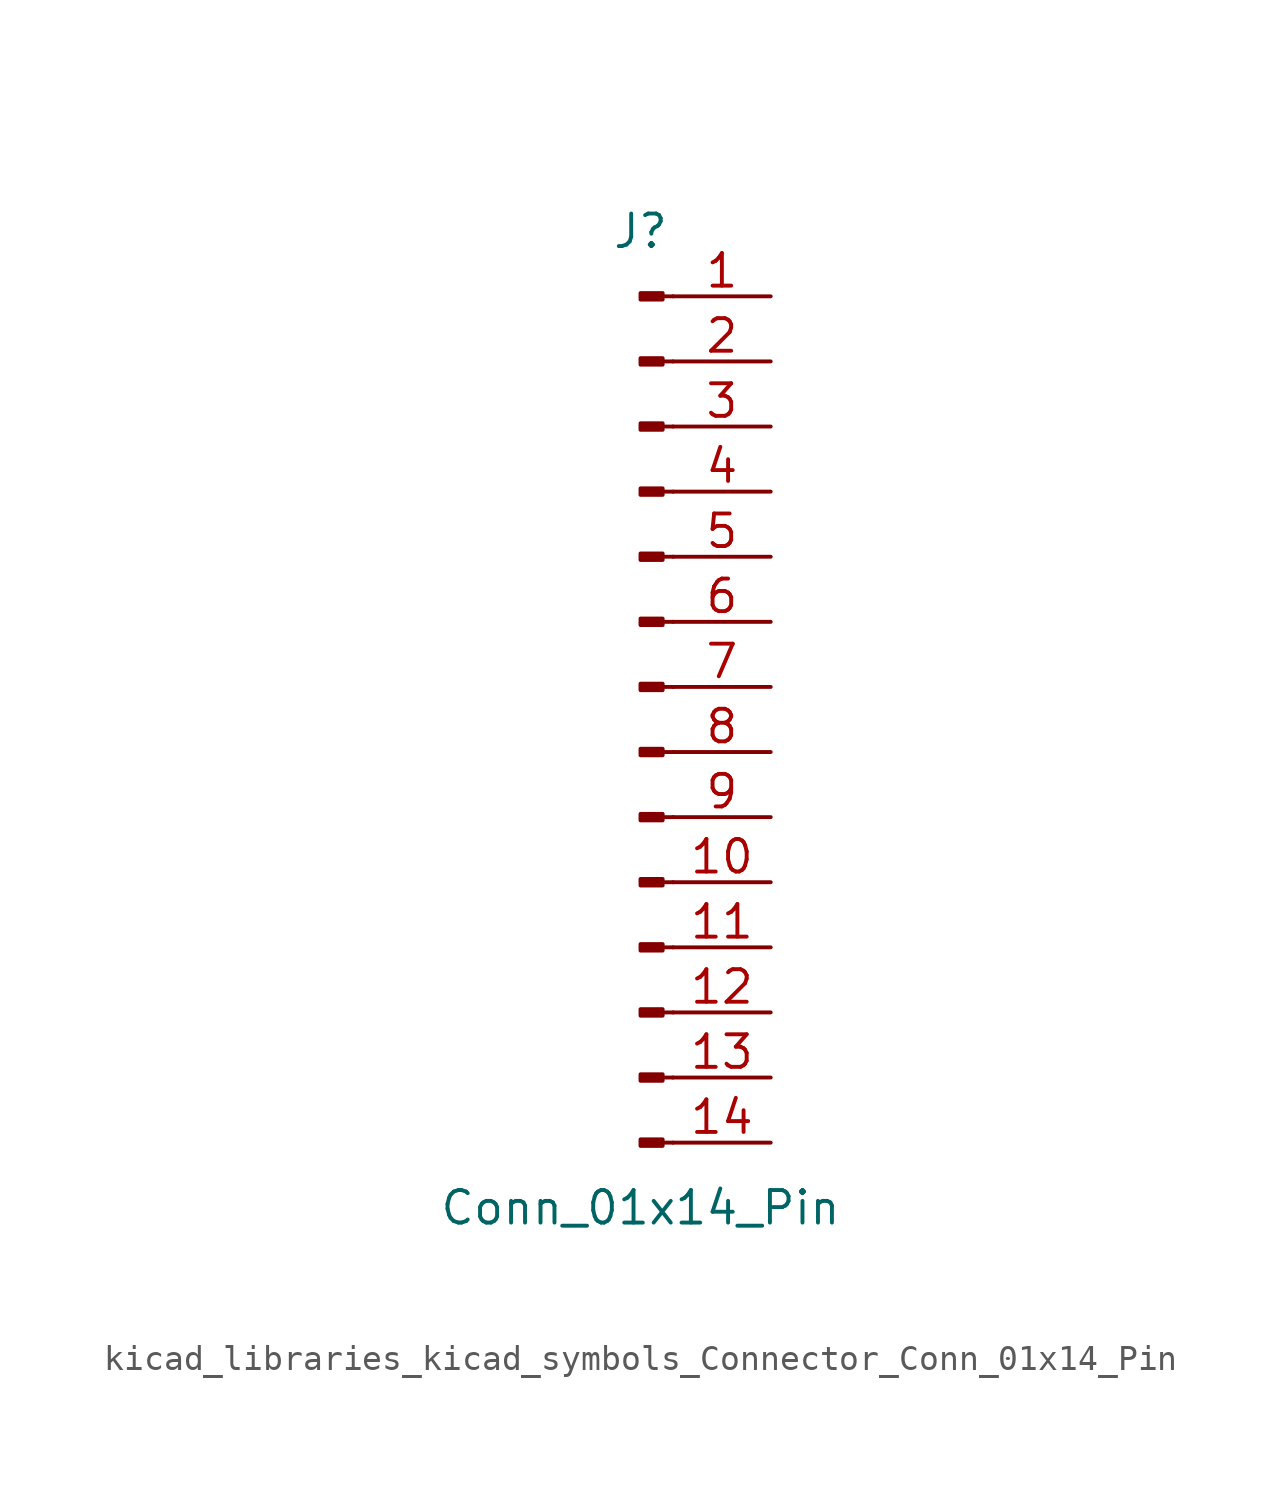
<source format=kicad_sym>
(kicad_symbol_lib
  (version 20220914)
  (generator kicad_symbol_editor)
  (symbol "kicad_libraries_kicad_symbols_Connector_Conn_01x14_Pin"
    (pin_names
      (offset 1.016) hide)
    (property "Reference" "J"
      (at 0 17.78 0)
      (effects (font (size 1.27 1.27))))
    (property "Value" "Conn_01x14_Pin"
      (at 0 -20.32 0)
      (effects (font (size 1.27 1.27))))
    (property "ki_locked" ""
      (at 0 0 0)
      (effects (font (size 1.27 1.27))))
    (symbol "kicad_libraries_kicad_symbols_Connector_Conn_01x14_Pin_1_1"
      (polyline (pts (xy 1.27 -17.78) (xy 0.864 -17.78)) (stroke (width 0.152) (type default)) (fill (type none)))
      (polyline (pts (xy 1.27 -15.24) (xy 0.864 -15.24)) (stroke (width 0.152) (type default)) (fill (type none)))
      (polyline (pts (xy 1.27 -12.7) (xy 0.864 -12.7)) (stroke (width 0.152) (type default)) (fill (type none)))
      (polyline (pts (xy 1.27 -10.16) (xy 0.864 -10.16)) (stroke (width 0.152) (type default)) (fill (type none)))
      (polyline (pts (xy 1.27 -7.62) (xy 0.864 -7.62)) (stroke (width 0.152) (type default)) (fill (type none)))
      (polyline (pts (xy 1.27 -5.08) (xy 0.864 -5.08)) (stroke (width 0.152) (type default)) (fill (type none)))
      (polyline (pts (xy 1.27 -2.54) (xy 0.864 -2.54)) (stroke (width 0.152) (type default)) (fill (type none)))
      (polyline (pts (xy 1.27 0) (xy 0.864 0)) (stroke (width 0.152) (type default)) (fill (type none)))
      (polyline (pts (xy 1.27 2.54) (xy 0.864 2.54)) (stroke (width 0.152) (type default)) (fill (type none)))
      (polyline (pts (xy 1.27 5.08) (xy 0.864 5.08)) (stroke (width 0.152) (type default)) (fill (type none)))
      (polyline (pts (xy 1.27 7.62) (xy 0.864 7.62)) (stroke (width 0.152) (type default)) (fill (type none)))
      (polyline (pts (xy 1.27 10.16) (xy 0.864 10.16)) (stroke (width 0.152) (type default)) (fill (type none)))
      (polyline (pts (xy 1.27 12.7) (xy 0.864 12.7)) (stroke (width 0.152) (type default)) (fill (type none)))
      (polyline (pts (xy 1.27 15.24) (xy 0.864 15.24)) (stroke (width 0.152) (type default)) (fill (type none)))
      (rectangle (start 0.864 -17.653) (end 0 -17.907) (stroke (width 0.152) (type default)) (fill (type outline)))
      (rectangle (start 0.864 -15.113) (end 0 -15.367) (stroke (width 0.152) (type default)) (fill (type outline)))
      (rectangle (start 0.864 -12.573) (end 0 -12.827) (stroke (width 0.152) (type default)) (fill (type outline)))
      (rectangle (start 0.864 -10.033) (end 0 -10.287) (stroke (width 0.152) (type default)) (fill (type outline)))
      (rectangle (start 0.864 -7.493) (end 0 -7.747) (stroke (width 0.152) (type default)) (fill (type outline)))
      (rectangle (start 0.864 -4.953) (end 0 -5.207) (stroke (width 0.152) (type default)) (fill (type outline)))
      (rectangle (start 0.864 -2.413) (end 0 -2.667) (stroke (width 0.152) (type default)) (fill (type outline)))
      (rectangle (start 0.864 0.127) (end 0 -0.127) (stroke (width 0.152) (type default)) (fill (type outline)))
      (rectangle (start 0.864 2.667) (end 0 2.413) (stroke (width 0.152) (type default)) (fill (type outline)))
      (rectangle (start 0.864 5.207) (end 0 4.953) (stroke (width 0.152) (type default)) (fill (type outline)))
      (rectangle (start 0.864 7.747) (end 0 7.493) (stroke (width 0.152) (type default)) (fill (type outline)))
      (rectangle (start 0.864 10.287) (end 0 10.033) (stroke (width 0.152) (type default)) (fill (type outline)))
      (rectangle (start 0.864 12.827) (end 0 12.573) (stroke (width 0.152) (type default)) (fill (type outline)))
      (rectangle (start 0.864 15.367) (end 0 15.113) (stroke (width 0.152) (type default)) (fill (type outline)))
      (pin passive line (at 5.08 15.24 180) (length 3.81) (name "Pin_1" (effects (font (size 1.27 1.27)))) (number "1" (effects (font (size 1.27 1.27)))))
      (pin passive line (at 5.08 -7.62 180) (length 3.81) (name "Pin_10" (effects (font (size 1.27 1.27)))) (number "10" (effects (font (size 1.27 1.27)))))
      (pin passive line (at 5.08 -10.16 180) (length 3.81) (name "Pin_11" (effects (font (size 1.27 1.27)))) (number "11" (effects (font (size 1.27 1.27)))))
      (pin passive line (at 5.08 -12.7 180) (length 3.81) (name "Pin_12" (effects (font (size 1.27 1.27)))) (number "12" (effects (font (size 1.27 1.27)))))
      (pin passive line (at 5.08 -15.24 180) (length 3.81) (name "Pin_13" (effects (font (size 1.27 1.27)))) (number "13" (effects (font (size 1.27 1.27)))))
      (pin passive line (at 5.08 -17.78 180) (length 3.81) (name "Pin_14" (effects (font (size 1.27 1.27)))) (number "14" (effects (font (size 1.27 1.27)))))
      (pin passive line (at 5.08 12.7 180) (length 3.81) (name "Pin_2" (effects (font (size 1.27 1.27)))) (number "2" (effects (font (size 1.27 1.27)))))
      (pin passive line (at 5.08 10.16 180) (length 3.81) (name "Pin_3" (effects (font (size 1.27 1.27)))) (number "3" (effects (font (size 1.27 1.27)))))
      (pin passive line (at 5.08 7.62 180) (length 3.81) (name "Pin_4" (effects (font (size 1.27 1.27)))) (number "4" (effects (font (size 1.27 1.27)))))
      (pin passive line (at 5.08 5.08 180) (length 3.81) (name "Pin_5" (effects (font (size 1.27 1.27)))) (number "5" (effects (font (size 1.27 1.27)))))
      (pin passive line (at 5.08 2.54 180) (length 3.81) (name "Pin_6" (effects (font (size 1.27 1.27)))) (number "6" (effects (font (size 1.27 1.27)))))
      (pin passive line (at 5.08 0 180) (length 3.81) (name "Pin_7" (effects (font (size 1.27 1.27)))) (number "7" (effects (font (size 1.27 1.27)))))
      (pin passive line (at 5.08 -2.54 180) (length 3.81) (name "Pin_8" (effects (font (size 1.27 1.27)))) (number "8" (effects (font (size 1.27 1.27)))))
      (pin passive line (at 5.08 -5.08 180) (length 3.81) (name "Pin_9" (effects (font (size 1.27 1.27)))) (number "9" (effects (font (size 1.27 1.27))))))))
</source>
